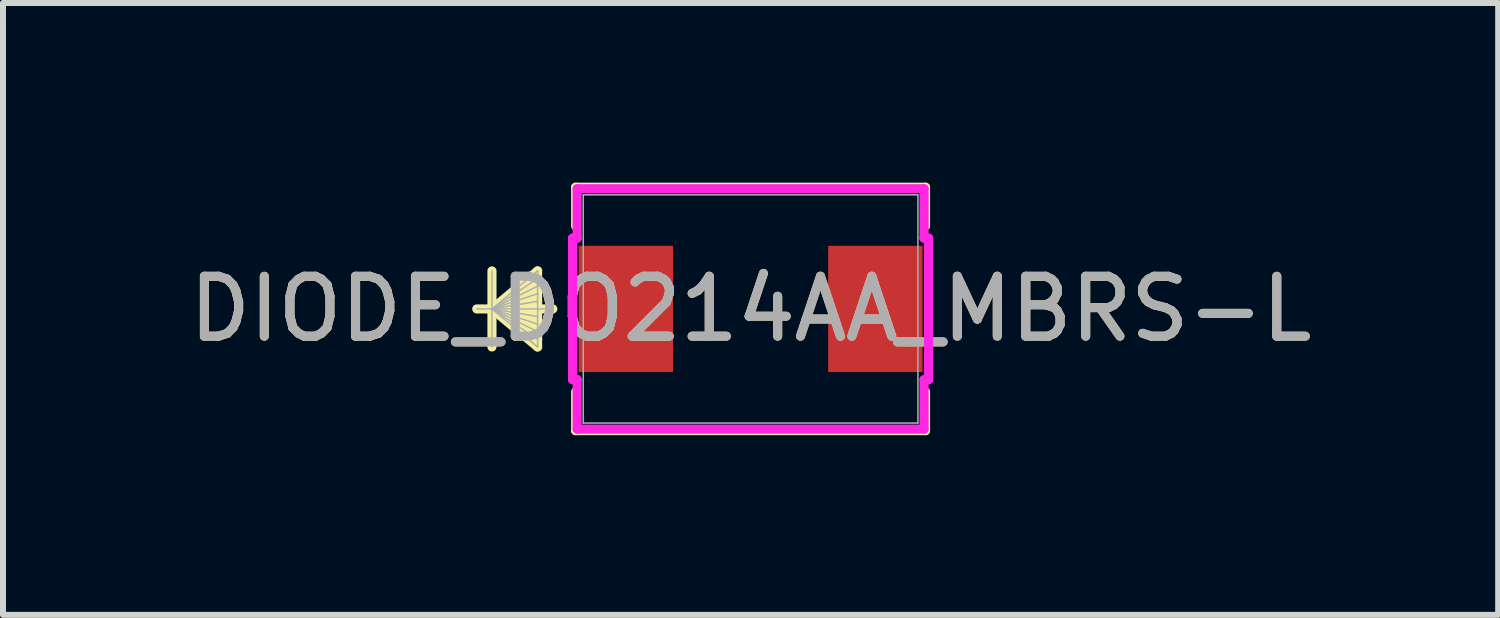
<source format=kicad_pcb>
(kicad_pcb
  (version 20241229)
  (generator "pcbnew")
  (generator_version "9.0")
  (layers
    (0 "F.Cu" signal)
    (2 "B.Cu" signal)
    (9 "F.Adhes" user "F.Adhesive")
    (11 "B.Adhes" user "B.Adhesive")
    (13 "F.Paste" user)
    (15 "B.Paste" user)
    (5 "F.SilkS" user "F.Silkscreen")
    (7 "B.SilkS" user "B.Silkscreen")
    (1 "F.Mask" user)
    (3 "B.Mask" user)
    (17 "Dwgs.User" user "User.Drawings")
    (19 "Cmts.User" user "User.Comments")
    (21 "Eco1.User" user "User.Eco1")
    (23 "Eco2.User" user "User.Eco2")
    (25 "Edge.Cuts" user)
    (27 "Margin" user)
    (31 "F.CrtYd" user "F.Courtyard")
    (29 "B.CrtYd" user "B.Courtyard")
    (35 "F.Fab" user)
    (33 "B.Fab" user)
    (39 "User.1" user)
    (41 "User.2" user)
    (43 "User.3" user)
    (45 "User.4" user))
  (footprint "DIODE_DO214AA_MBRS-L"
    (layer "F.Cu")
    (at 9.482 2.108)
    (property "Reference" "DIODE_DO214AA_MBRS-L" (at 0 0 0) (unlocked yes) (layer "F.SilkS") (effects (font (size 1 1) (thickness 0.15))))
    (attr smd)
    (fp_line (start -4.318 -0.635) (end -4.318 0.635) (stroke (width 0.152) (type solid)) (layer "F.SilkS"))
    (fp_line (start -4.318 0) (end -3.556 -0.635) (stroke (width 0.152) (type solid)) (layer "F.SilkS"))
    (fp_line (start -4.318 0) (end -3.556 -0.508) (stroke (width 0.152) (type solid)) (layer "F.SilkS"))
    (fp_line (start -4.318 0) (end -3.556 -0.381) (stroke (width 0.152) (type solid)) (layer "F.SilkS"))
    (fp_line (start -4.318 0) (end -3.556 -0.254) (stroke (width 0.152) (type solid)) (layer "F.SilkS"))
    (fp_line (start -4.318 0) (end -3.556 -0.127) (stroke (width 0.152) (type solid)) (layer "F.SilkS"))
    (fp_line (start -4.318 0) (end -3.556 0.127) (stroke (width 0.152) (type solid)) (layer "F.SilkS"))
    (fp_line (start -4.318 0) (end -3.556 0.254) (stroke (width 0.152) (type solid)) (layer "F.SilkS"))
    (fp_line (start -4.318 0) (end -3.556 0.381) (stroke (width 0.152) (type solid)) (layer "F.SilkS"))
    (fp_line (start -4.318 0) (end -3.556 0.508) (stroke (width 0.152) (type solid)) (layer "F.SilkS"))
    (fp_line (start -4.318 0) (end -3.556 0.635) (stroke (width 0.152) (type solid)) (layer "F.SilkS"))
    (fp_line (start -3.556 -0.635) (end -3.556 0.635) (stroke (width 0.152) (type solid)) (layer "F.SilkS"))
    (fp_line (start -3.302 0) (end -4.572 0) (stroke (width 0.152) (type solid)) (layer "F.SilkS"))
    (fp_line (start -2.921 -2.032) (end -2.921 -1.383) (stroke (width 0.152) (type solid)) (layer "F.SilkS"))
    (fp_line (start -2.921 1.383) (end -2.921 2.032) (stroke (width 0.152) (type solid)) (layer "F.SilkS"))
    (fp_line (start -2.921 2.032) (end 2.921 2.032) (stroke (width 0.152) (type solid)) (layer "F.SilkS"))
    (fp_line (start 2.921 -2.032) (end -2.921 -2.032) (stroke (width 0.152) (type solid)) (layer "F.SilkS"))
    (fp_line (start 2.921 -1.383) (end 2.921 -2.032) (stroke (width 0.152) (type solid)) (layer "F.SilkS"))
    (fp_line (start 2.921 2.032) (end 2.921 1.383) (stroke (width 0.152) (type solid)) (layer "F.SilkS"))
    (fp_line (start -2.972 -1.181) (end -2.896 -1.181) (stroke (width 0.152) (type solid)) (layer "F.CrtYd"))
    (fp_line (start -2.972 1.181) (end -2.972 -1.181) (stroke (width 0.152) (type solid)) (layer "F.CrtYd"))
    (fp_line (start -2.896 -2.007) (end 2.896 -2.007) (stroke (width 0.152) (type solid)) (layer "F.CrtYd"))
    (fp_line (start -2.896 -1.181) (end -2.896 -2.007) (stroke (width 0.152) (type solid)) (layer "F.CrtYd"))
    (fp_line (start -2.896 1.181) (end -2.972 1.181) (stroke (width 0.152) (type solid)) (layer "F.CrtYd"))
    (fp_line (start -2.896 2.007) (end -2.896 1.181) (stroke (width 0.152) (type solid)) (layer "F.CrtYd"))
    (fp_line (start 2.896 -2.007) (end 2.896 -1.181) (stroke (width 0.152) (type solid)) (layer "F.CrtYd"))
    (fp_line (start 2.896 -1.181) (end 2.972 -1.181) (stroke (width 0.152) (type solid)) (layer "F.CrtYd"))
    (fp_line (start 2.896 1.181) (end 2.896 2.007) (stroke (width 0.152) (type solid)) (layer "F.CrtYd"))
    (fp_line (start 2.896 2.007) (end -2.896 2.007) (stroke (width 0.152) (type solid)) (layer "F.CrtYd"))
    (fp_line (start 2.972 -1.181) (end 2.972 1.181) (stroke (width 0.152) (type solid)) (layer "F.CrtYd"))
    (fp_line (start 2.972 1.181) (end 2.896 1.181) (stroke (width 0.152) (type solid)) (layer "F.CrtYd"))
    (fp_line (start -4.318 -0.635) (end -4.318 0.635) (stroke (width 0.025) (type solid)) (layer "F.Fab"))
    (fp_line (start -4.318 0) (end -3.556 -0.635) (stroke (width 0.025) (type solid)) (layer "F.Fab"))
    (fp_line (start -4.318 0) (end -3.556 -0.508) (stroke (width 0.025) (type solid)) (layer "F.Fab"))
    (fp_line (start -4.318 0) (end -3.556 -0.381) (stroke (width 0.025) (type solid)) (layer "F.Fab"))
    (fp_line (start -4.318 0) (end -3.556 -0.254) (stroke (width 0.025) (type solid)) (layer "F.Fab"))
    (fp_line (start -4.318 0) (end -3.556 -0.127) (stroke (width 0.025) (type solid)) (layer "F.Fab"))
    (fp_line (start -4.318 0) (end -3.556 0.127) (stroke (width 0.025) (type solid)) (layer "F.Fab"))
    (fp_line (start -4.318 0) (end -3.556 0.254) (stroke (width 0.025) (type solid)) (layer "F.Fab"))
    (fp_line (start -4.318 0) (end -3.556 0.381) (stroke (width 0.025) (type solid)) (layer "F.Fab"))
    (fp_line (start -4.318 0) (end -3.556 0.508) (stroke (width 0.025) (type solid)) (layer "F.Fab"))
    (fp_line (start -4.318 0) (end -3.556 0.635) (stroke (width 0.025) (type solid)) (layer "F.Fab"))
    (fp_line (start -3.556 -0.635) (end -3.556 0.635) (stroke (width 0.025) (type solid)) (layer "F.Fab"))
    (fp_line (start -3.302 0) (end -4.572 0) (stroke (width 0.025) (type solid)) (layer "F.Fab"))
    (fp_line (start -2.794 -1.905) (end -2.794 1.905) (stroke (width 0.025) (type solid)) (layer "F.Fab"))
    (fp_line (start -2.794 1.905) (end 2.794 1.905) (stroke (width 0.025) (type solid)) (layer "F.Fab"))
    (fp_line (start 2.794 -1.905) (end -2.794 -1.905) (stroke (width 0.025) (type solid)) (layer "F.Fab"))
    (fp_line (start 2.794 1.905) (end 2.794 -1.905) (stroke (width 0.025) (type solid)) (layer "F.Fab"))
    (fp_text user "${REFERENCE}" (at 0 0 0) (unlocked yes) (layer "F.Fab") (effects (font (size 1 1) (thickness 0.15))))
    (pad "1" smd rect (at -2.083 0 90) (size 2.108 1.575) (layers "F.Cu" "F.Mask" "F.Paste"))
    (pad "2" smd rect (at 2.083 0 90) (size 2.108 1.575) (layers "F.Cu" "F.Mask" "F.Paste"))
    (zone (net_name "") (layer "F.Cu") (hatch full 0.508) (connect_pads) (min_thickness 0.254) (filled_areas_thickness no) (keepout (tracks not_allowed) (vias not_allowed) (pads allowed) (copperpour not_allowed) (footprints allowed)) (placement (enabled no)) (fill) (polygon (pts (xy 6.739 0.254) (xy 12.225 0.254) (xy 12.225 0.978) (xy 6.739 0.978))))
    (zone (net_name "") (layer "F.Cu") (hatch full 0.508) (connect_pads) (min_thickness 0.254) (filled_areas_thickness no) (keepout (tracks not_allowed) (vias not_allowed) (pads allowed) (copperpour not_allowed) (footprints allowed)) (placement (enabled no)) (fill) (polygon (pts (xy 6.739 3.239) (xy 12.225 3.239) (xy 12.225 3.962) (xy 6.739 3.962))))
    (zone (net_name "") (layer "F.Cu") (hatch full 0.508) (connect_pads) (min_thickness 0.254) (filled_areas_thickness no) (keepout (tracks not_allowed) (vias not_allowed) (pads allowed) (copperpour not_allowed) (footprints allowed)) (placement (enabled no)) (fill) (polygon (pts (xy 8.238 0.978) (xy 10.727 0.978) (xy 10.727 3.239) (xy 8.238 3.239)))))
  (gr_rect
    (start -3 -3)
    (end 21.964 7.216)
    (stroke (width 0.1) (type default))
    (fill no)
    (layer "Edge.Cuts")))
</source>
